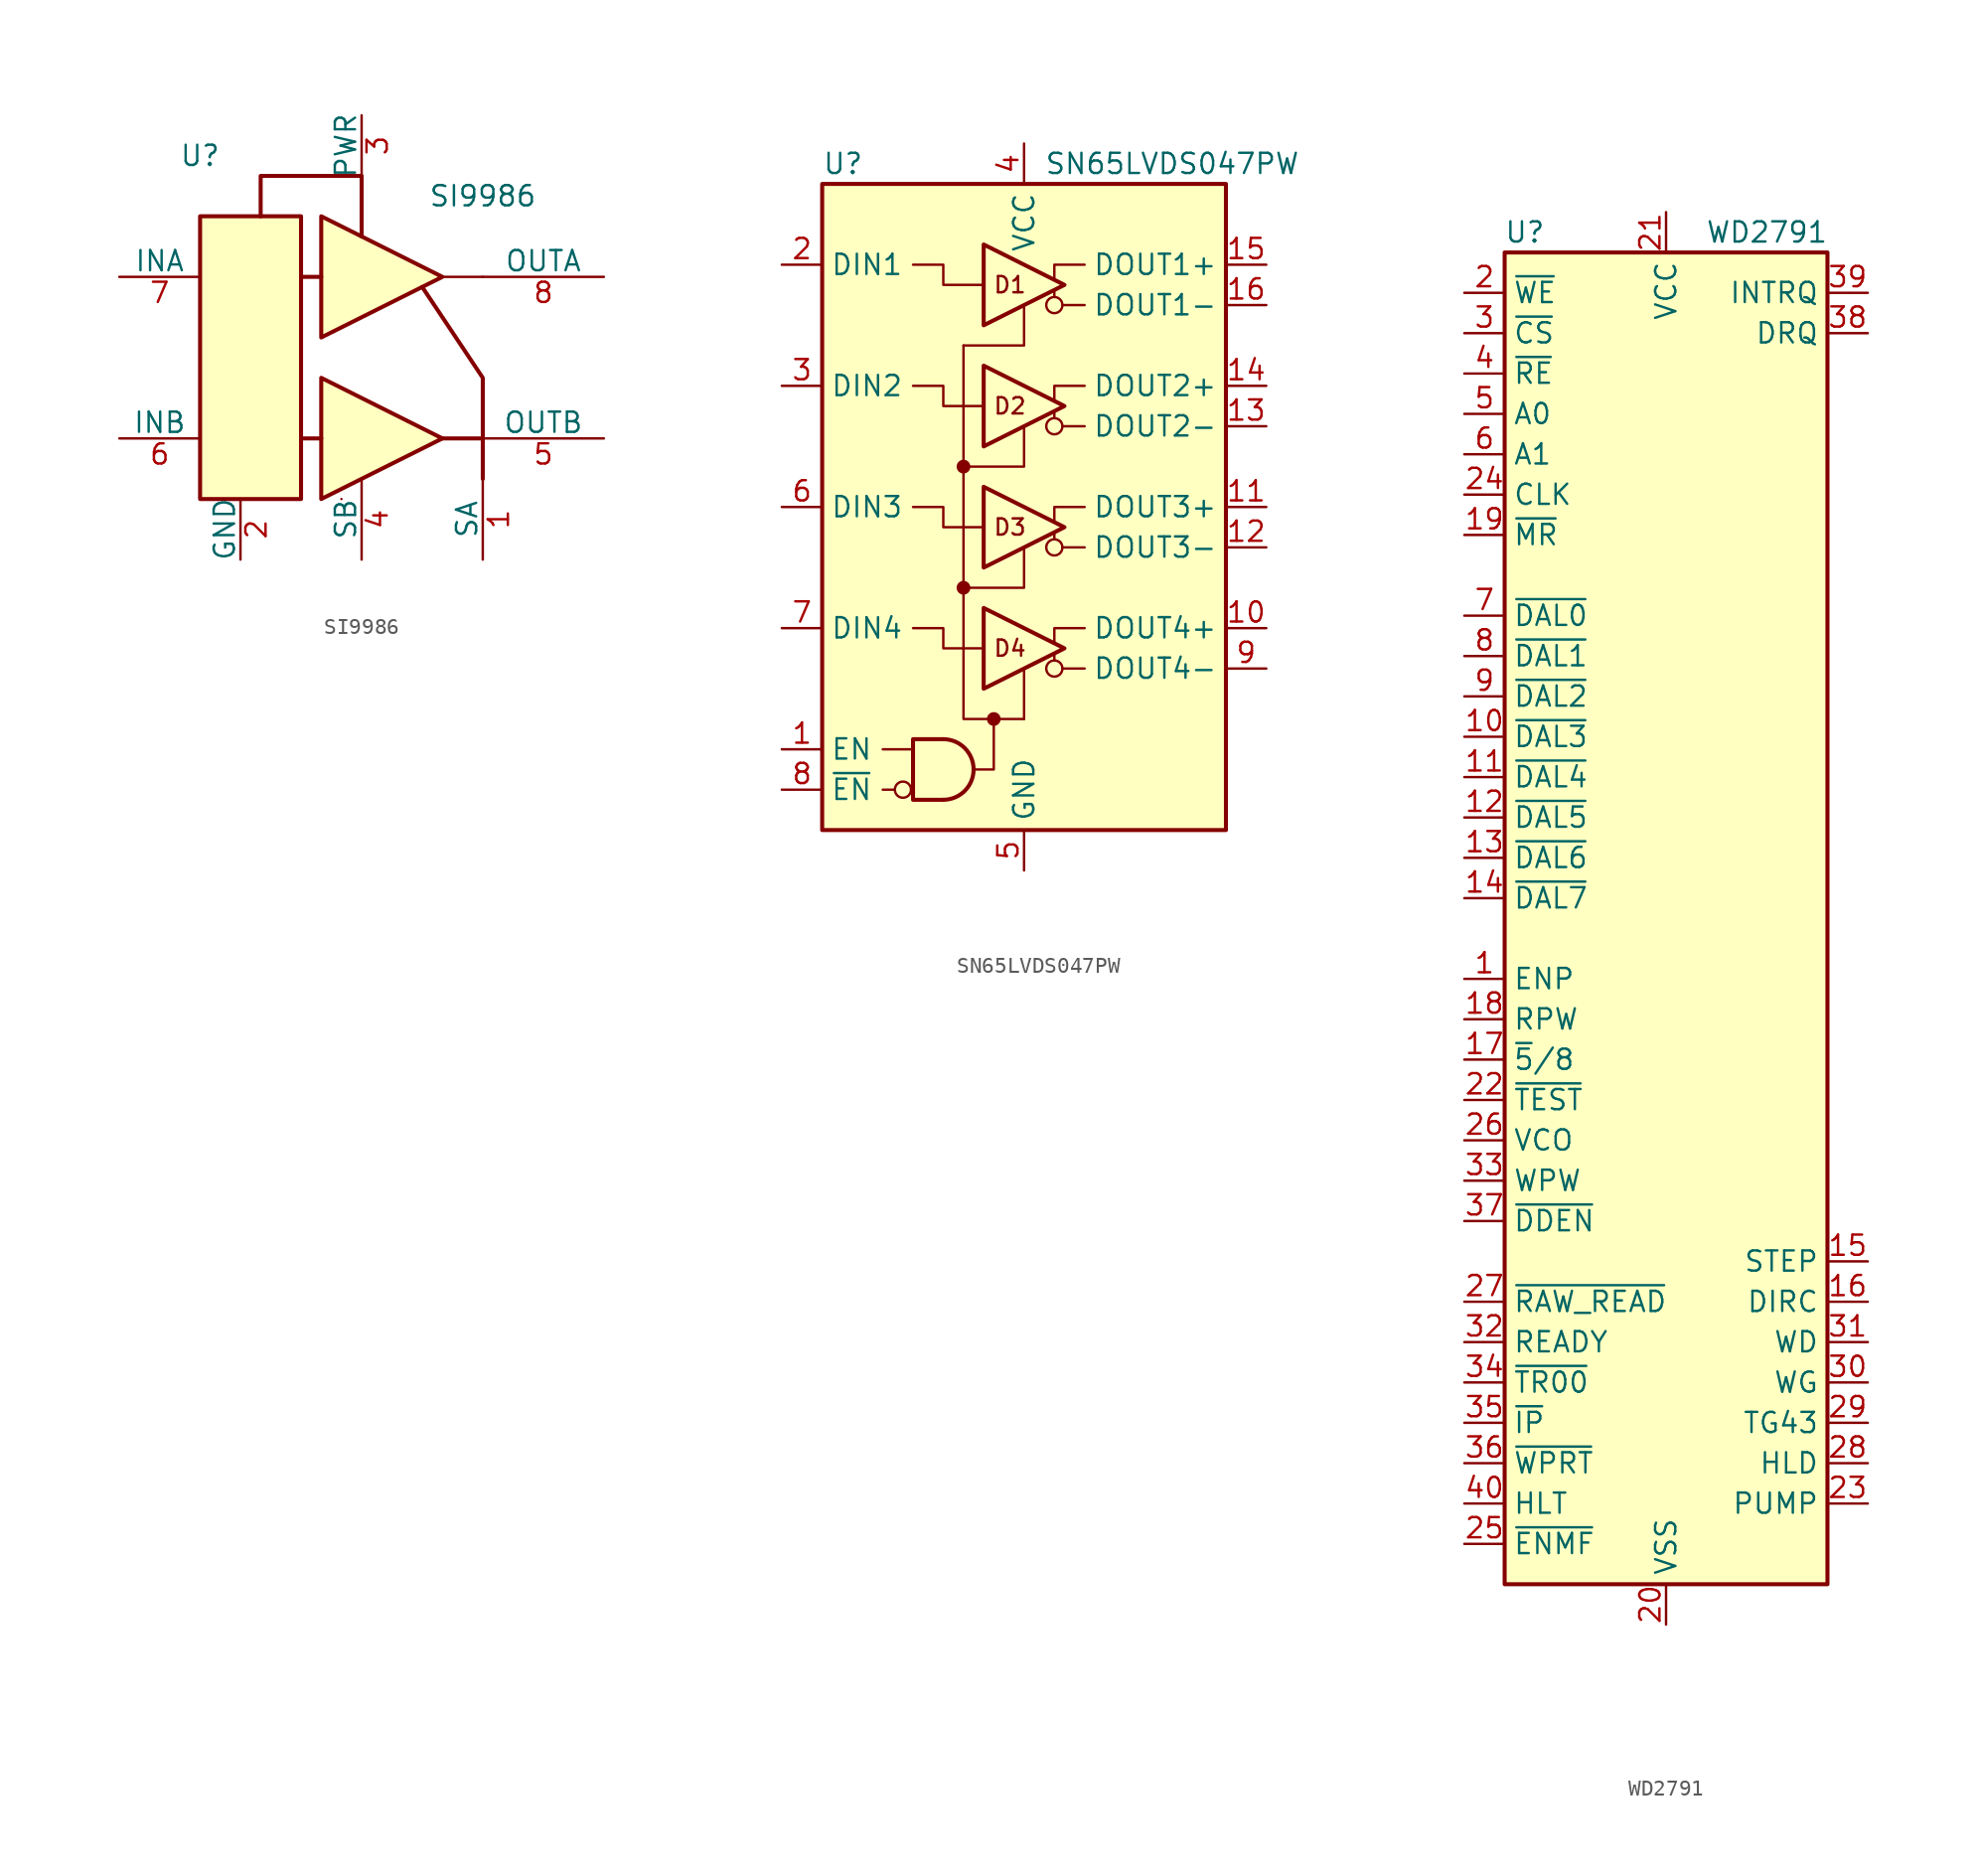
<source format=kicad_sym>
(kicad_symbol_lib
  (version 20201005)
  (generator kicad_symbol_editor)
  (symbol "SI9986"
    (pin_names
      (offset 0))
    (property "Reference" "U"
      (at -7.62 12.7 0)
      (effects (font (size 1.27 1.27))))
    (property "Value" "SI9986"
      (at 10.16 10.16 0)
      (effects (font (size 1.27 1.27))))
    (symbol "SI9986_0_1"
      (rectangle (start -7.62 8.89) (end -1.27 -8.89) (stroke (width 0.254)) (fill (type background)))
      (polyline (pts (xy 10.16 -5.08) (xy 7.62 -5.08)) (stroke (width 0.254)) (fill (type none)))
      (polyline (pts (xy 10.16 5.08) (xy 7.62 5.08)) (stroke (width 0)) (fill (type none)))
      (polyline (pts (xy 0 -5.08) (xy -1.27 -5.08) (xy -1.27 -5.08)) (stroke (width 0.254)) (fill (type none)))
      (polyline (pts (xy 10.16 -7.62) (xy 10.16 -1.27) (xy 6.35 4.445)) (stroke (width 0.254)) (fill (type none)))
      (polyline (pts (xy 1.27 -8.89) (xy 1.27 -8.89) (xy 1.27 -8.89) (xy 1.27 -8.89)) (stroke (width 0)) (fill (type none)))
      (polyline (pts (xy 0 5.08) (xy -1.27 5.08) (xy -1.27 5.08) (xy -1.27 5.08) (xy -1.27 5.08)) (stroke (width 0.254)) (fill (type none)))
      (polyline (pts (xy -3.81 8.89) (xy -3.81 11.43) (xy 2.54 11.43) (xy 2.54 7.62) (xy 2.54 7.62) (xy 2.54 7.62)) (stroke (width 0.254)) (fill (type none)))
      (polyline (pts (xy 0 -1.27) (xy 0 -8.89) (xy 7.62 -5.08) (xy 0 -1.27)) (stroke (width 0.254)) (fill (type background)))
      (polyline (pts (xy 0 8.89) (xy 0 1.27) (xy 7.62 5.08) (xy 0 8.89)) (stroke (width 0.254)) (fill (type background))))
    (symbol "SI9986_1_1"
      (pin power_in line (at 10.16 -12.7 90) (length 5.08) (name "SA" (effects (font (size 1.27 1.27)))) (number "1" (effects (font (size 1.27 1.27)))))
      (pin power_in line (at -5.08 -12.7 90) (length 3.81) (name "GND" (effects (font (size 1.27 1.27)))) (number "2" (effects (font (size 1.27 1.27)))))
      (pin power_in line (at 2.54 15.24 270) (length 3.81) (name "PWR" (effects (font (size 1.27 1.27)))) (number "3" (effects (font (size 1.27 1.27)))))
      (pin power_in line (at 2.54 -12.7 90) (length 5.08) (name "SB" (effects (font (size 1.27 1.27)))) (number "4" (effects (font (size 1.27 1.27)))))
      (pin input line (at 17.78 -5.08 180) (length 7.62) (name "OUTB" (effects (font (size 1.27 1.27)))) (number "5" (effects (font (size 1.27 1.27)))))
      (pin input line (at -12.7 -5.08 0) (length 5.08) (name "INB" (effects (font (size 1.27 1.27)))) (number "6" (effects (font (size 1.27 1.27)))))
      (pin input line (at -12.7 5.08 0) (length 5.08) (name "INA" (effects (font (size 1.27 1.27)))) (number "7" (effects (font (size 1.27 1.27)))))
      (pin input line (at 17.78 5.08 180) (length 7.62) (name "OUTA" (effects (font (size 1.27 1.27)))) (number "8" (effects (font (size 1.27 1.27)))))))
  (symbol "SN65LVDS047PW"
    (property "Reference" "U"
      (at -12.7 21.59 0)
      (effects (font (size 1.27 1.27)) (justify left)))
    (property "Value" "SN65LVDS047PW"
      (at 1.27 21.59 0)
      (effects (font (size 1.27 1.27)) (justify left)))
    (symbol "SN65LVDS047PW_0_1"
      (polyline (pts (xy 1.905 -9.652) (xy 1.905 -9.271)) (stroke (width 0)) (fill (type none)))
      (polyline (pts (xy 1.905 -2.032) (xy 1.905 -1.651)) (stroke (width 0)) (fill (type none)))
      (polyline (pts (xy 1.905 5.588) (xy 1.905 5.969)) (stroke (width 0)) (fill (type none)))
      (polyline (pts (xy 1.905 13.208) (xy 1.905 13.589)) (stroke (width 0)) (fill (type none)))
      (polyline (pts (xy 0 12.7) (xy 0 10.16) (xy -3.81 10.16)) (stroke (width 0)) (fill (type none)))
      (polyline (pts (xy 3.81 0) (xy 1.905 0) (xy 1.905 -0.889)) (stroke (width 0)) (fill (type none)))
      (polyline (pts (xy -1.905 -13.335) (xy -1.905 -16.51) (xy -2.54 -16.51) (xy -3.175 -16.51)) (stroke (width 0)) (fill (type none)))
      (polyline (pts (xy 0 -13.335) (xy -2.54 -13.335) (xy -3.81 -13.335) (xy -3.81 10.16)) (stroke (width 0)) (fill (type none))))
    (symbol "SN65LVDS047PW_1_0"
      (circle (center -7.62 -17.78) (radius 0.508) (stroke (width 0)) (fill (type none)))
      (circle (center 1.905 -10.16) (radius 0.508) (stroke (width 0)) (fill (type none)))
      (circle (center 1.905 -2.54) (radius 0.508) (stroke (width 0)) (fill (type none)))
      (circle (center 1.905 5.08) (radius 0.508) (stroke (width 0)) (fill (type none)))
      (circle (center 1.905 12.7) (radius 0.508) (stroke (width 0)) (fill (type none)))
      (circle (center -3.81 -5.08) (radius 0.356) (stroke (width 0)) (fill (type outline)))
      (circle (center -3.81 2.54) (radius 0.356) (stroke (width 0)) (fill (type outline)))
      (circle (center -1.905 -13.335) (radius 0.356) (stroke (width 0)) (fill (type outline)))
      (text "D1" (at -0.889 13.97 0) (effects (font (size 1.016 1.016))))
      (text "D2" (at -0.889 6.35 0) (effects (font (size 1.016 1.016))))
      (text "D3" (at -0.889 -1.27 0) (effects (font (size 1.016 1.016))))
      (text "D4" (at -0.889 -8.89 0) (effects (font (size 1.016 1.016))))
      (rectangle (start -12.7 20.32) (end 12.7 -20.32) (stroke (width 0.254)) (fill (type background)))
      (polyline (pts (xy 0 -13.335) (xy 0 -10.16)) (stroke (width 0)) (fill (type none)))
      (polyline (pts (xy 3.81 -10.16) (xy 2.413 -10.16)) (stroke (width 0)) (fill (type none)))
      (polyline (pts (xy 3.81 -2.54) (xy 2.413 -2.54)) (stroke (width 0)) (fill (type none)))
      (polyline (pts (xy 3.81 5.08) (xy 2.413 5.08)) (stroke (width 0)) (fill (type none)))
      (polyline (pts (xy 3.81 12.7) (xy 2.413 12.7)) (stroke (width 0)) (fill (type none)))
      (polyline (pts (xy -3.81 -5.08) (xy 0 -5.08) (xy 0 -2.54)) (stroke (width 0)) (fill (type none)))
      (polyline (pts (xy -3.81 2.54) (xy 0 2.54) (xy 0 5.08)) (stroke (width 0)) (fill (type none)))
      (polyline (pts (xy 1.905 -8.509) (xy 1.905 -7.62) (xy 3.81 -7.62)) (stroke (width 0)) (fill (type none)))
      (polyline (pts (xy 1.905 6.731) (xy 1.905 7.62) (xy 3.81 7.62)) (stroke (width 0)) (fill (type none)))
      (polyline (pts (xy 1.905 14.351) (xy 1.905 15.24) (xy 3.81 15.24)) (stroke (width 0)) (fill (type none)))
      (polyline (pts (xy -2.54 -8.89) (xy -5.08 -8.89) (xy -5.08 -7.62) (xy -6.985 -7.62)) (stroke (width 0)) (fill (type none)))
      (polyline (pts (xy -2.54 -1.27) (xy -5.08 -1.27) (xy -5.08 0) (xy -6.985 0)) (stroke (width 0)) (fill (type none)))
      (polyline (pts (xy -2.54 6.35) (xy -5.08 6.35) (xy -5.08 7.62) (xy -6.985 7.62)) (stroke (width 0)) (fill (type none)))
      (polyline (pts (xy -2.54 13.97) (xy -5.08 13.97) (xy -5.08 15.24) (xy -6.985 15.24)) (stroke (width 0)) (fill (type none))))
    (symbol "SN65LVDS047PW_1_1"
      (arc (start -5.08 -18.415) (end -5.08 -14.605) (radius (at -5.08 -16.51) (length 1.905) (angles -89.9 89.9)) (stroke (width 0.254)) (fill (type none)))
      (polyline (pts (xy -8.89 -17.78) (xy -8.128 -17.78)) (stroke (width 0)) (fill (type none)))
      (polyline (pts (xy -8.89 -15.24) (xy -6.985 -15.24)) (stroke (width 0)) (fill (type none)))
      (polyline (pts (xy -5.08 -14.605) (xy -6.985 -14.605) (xy -6.985 -18.415) (xy -5.08 -18.415)) (stroke (width 0.254)) (fill (type none)))
      (polyline (pts (xy -2.54 -6.35) (xy -2.54 -11.43) (xy 2.54 -8.89) (xy -2.54 -6.35)) (stroke (width 0.254)) (fill (type none)))
      (polyline (pts (xy -2.54 1.27) (xy -2.54 -3.81) (xy 2.54 -1.27) (xy -2.54 1.27)) (stroke (width 0.254)) (fill (type none)))
      (polyline (pts (xy -2.54 8.89) (xy -2.54 3.81) (xy 2.54 6.35) (xy -2.54 8.89)) (stroke (width 0.254)) (fill (type none)))
      (polyline (pts (xy -2.54 16.51) (xy -2.54 11.43) (xy 2.54 13.97) (xy -2.54 16.51)) (stroke (width 0.254)) (fill (type none)))
      (pin input line (at -15.24 -15.24 0) (length 2.54) (name "EN" (effects (font (size 1.27 1.27)))) (number "1" (effects (font (size 1.27 1.27)))))
      (pin output line (at 15.24 -7.62 180) (length 2.54) (name "DOUT4+" (effects (font (size 1.27 1.27)))) (number "10" (effects (font (size 1.27 1.27)))))
      (pin output line (at 15.24 0 180) (length 2.54) (name "DOUT3+" (effects (font (size 1.27 1.27)))) (number "11" (effects (font (size 1.27 1.27)))))
      (pin output line (at 15.24 -2.54 180) (length 2.54) (name "DOUT3-" (effects (font (size 1.27 1.27)))) (number "12" (effects (font (size 1.27 1.27)))))
      (pin output line (at 15.24 5.08 180) (length 2.54) (name "DOUT2-" (effects (font (size 1.27 1.27)))) (number "13" (effects (font (size 1.27 1.27)))))
      (pin output line (at 15.24 7.62 180) (length 2.54) (name "DOUT2+" (effects (font (size 1.27 1.27)))) (number "14" (effects (font (size 1.27 1.27)))))
      (pin output line (at 15.24 15.24 180) (length 2.54) (name "DOUT1+" (effects (font (size 1.27 1.27)))) (number "15" (effects (font (size 1.27 1.27)))))
      (pin output line (at 15.24 12.7 180) (length 2.54) (name "DOUT1-" (effects (font (size 1.27 1.27)))) (number "16" (effects (font (size 1.27 1.27)))))
      (pin input line (at -15.24 15.24 0) (length 2.54) (name "DIN1" (effects (font (size 1.27 1.27)))) (number "2" (effects (font (size 1.27 1.27)))))
      (pin input line (at -15.24 7.62 0) (length 2.54) (name "DIN2" (effects (font (size 1.27 1.27)))) (number "3" (effects (font (size 1.27 1.27)))))
      (pin power_in line (at 0 22.86 270) (length 2.54) (name "VCC" (effects (font (size 1.27 1.27)))) (number "4" (effects (font (size 1.27 1.27)))))
      (pin power_in line (at 0 -22.86 90) (length 2.54) (name "GND" (effects (font (size 1.27 1.27)))) (number "5" (effects (font (size 1.27 1.27)))))
      (pin input line (at -15.24 0 0) (length 2.54) (name "DIN3" (effects (font (size 1.27 1.27)))) (number "6" (effects (font (size 1.27 1.27)))))
      (pin input line (at -15.24 -7.62 0) (length 2.54) (name "DIN4" (effects (font (size 1.27 1.27)))) (number "7" (effects (font (size 1.27 1.27)))))
      (pin input line (at -15.24 -17.78 0) (length 2.54) (name "~EN" (effects (font (size 1.27 1.27)))) (number "8" (effects (font (size 1.27 1.27)))))
      (pin output line (at 15.24 -10.16 180) (length 2.54) (name "DOUT4-" (effects (font (size 1.27 1.27)))) (number "9" (effects (font (size 1.27 1.27)))))))
  (symbol "WD2791"
    (property "Reference" "U"
      (at -8.89 44.45 0)
      (effects (font (size 1.27 1.27))))
    (property "Value" "WD2791"
      (at 6.35 44.45 0)
      (effects (font (size 1.27 1.27))))
    (symbol "WD2791_0_1"
      (rectangle (start -10.16 43.18) (end 10.16 -40.64) (stroke (width 0.254)) (fill (type background))))
    (symbol "WD2791_1_1"
      (pin input line (at -12.7 -2.54 0) (length 2.54) (name "ENP" (effects (font (size 1.27 1.27)))) (number "1" (effects (font (size 1.27 1.27)))))
      (pin tri_state line (at -12.7 12.7 0) (length 2.54) (name "~DAL3" (effects (font (size 1.27 1.27)))) (number "10" (effects (font (size 1.27 1.27)))))
      (pin tri_state line (at -12.7 10.16 0) (length 2.54) (name "~DAL4" (effects (font (size 1.27 1.27)))) (number "11" (effects (font (size 1.27 1.27)))))
      (pin tri_state line (at -12.7 7.62 0) (length 2.54) (name "~DAL5" (effects (font (size 1.27 1.27)))) (number "12" (effects (font (size 1.27 1.27)))))
      (pin tri_state line (at -12.7 5.08 0) (length 2.54) (name "~DAL6" (effects (font (size 1.27 1.27)))) (number "13" (effects (font (size 1.27 1.27)))))
      (pin tri_state line (at -12.7 2.54 0) (length 2.54) (name "~DAL7" (effects (font (size 1.27 1.27)))) (number "14" (effects (font (size 1.27 1.27)))))
      (pin output line (at 12.7 -20.32 180) (length 2.54) (name "STEP" (effects (font (size 1.27 1.27)))) (number "15" (effects (font (size 1.27 1.27)))))
      (pin output line (at 12.7 -22.86 180) (length 2.54) (name "DIRC" (effects (font (size 1.27 1.27)))) (number "16" (effects (font (size 1.27 1.27)))))
      (pin input line (at -12.7 -7.62 0) (length 2.54) (name "~5~/8" (effects (font (size 1.27 1.27)))) (number "17" (effects (font (size 1.27 1.27)))))
      (pin input line (at -12.7 -5.08 0) (length 2.54) (name "RPW" (effects (font (size 1.27 1.27)))) (number "18" (effects (font (size 1.27 1.27)))))
      (pin input line (at -12.7 25.4 0) (length 2.54) (name "~MR" (effects (font (size 1.27 1.27)))) (number "19" (effects (font (size 1.27 1.27)))))
      (pin input line (at -12.7 40.64 0) (length 2.54) (name "~WE" (effects (font (size 1.27 1.27)))) (number "2" (effects (font (size 1.27 1.27)))))
      (pin power_in line (at 0 -43.18 90) (length 2.54) (name "VSS" (effects (font (size 1.27 1.27)))) (number "20" (effects (font (size 1.27 1.27)))))
      (pin power_in line (at 0 45.72 270) (length 2.54) (name "VCC" (effects (font (size 1.27 1.27)))) (number "21" (effects (font (size 1.27 1.27)))))
      (pin input line (at -12.7 -10.16 0) (length 2.54) (name "~TEST" (effects (font (size 1.27 1.27)))) (number "22" (effects (font (size 1.27 1.27)))))
      (pin output line (at 12.7 -35.56 180) (length 2.54) (name "PUMP" (effects (font (size 1.27 1.27)))) (number "23" (effects (font (size 1.27 1.27)))))
      (pin input line (at -12.7 27.94 0) (length 2.54) (name "CLK" (effects (font (size 1.27 1.27)))) (number "24" (effects (font (size 1.27 1.27)))))
      (pin input line (at -12.7 -38.1 0) (length 2.54) (name "~ENMF" (effects (font (size 1.27 1.27)))) (number "25" (effects (font (size 1.27 1.27)))))
      (pin input line (at -12.7 -12.7 0) (length 2.54) (name "VCO" (effects (font (size 1.27 1.27)))) (number "26" (effects (font (size 1.27 1.27)))))
      (pin input line (at -12.7 -22.86 0) (length 2.54) (name "~RAW_READ" (effects (font (size 1.27 1.27)))) (number "27" (effects (font (size 1.27 1.27)))))
      (pin output line (at 12.7 -33.02 180) (length 2.54) (name "HLD" (effects (font (size 1.27 1.27)))) (number "28" (effects (font (size 1.27 1.27)))))
      (pin output line (at 12.7 -30.48 180) (length 2.54) (name "TG43" (effects (font (size 1.27 1.27)))) (number "29" (effects (font (size 1.27 1.27)))))
      (pin input line (at -12.7 38.1 0) (length 2.54) (name "~CS" (effects (font (size 1.27 1.27)))) (number "3" (effects (font (size 1.27 1.27)))))
      (pin output line (at 12.7 -27.94 180) (length 2.54) (name "WG" (effects (font (size 1.27 1.27)))) (number "30" (effects (font (size 1.27 1.27)))))
      (pin output line (at 12.7 -25.4 180) (length 2.54) (name "WD" (effects (font (size 1.27 1.27)))) (number "31" (effects (font (size 1.27 1.27)))))
      (pin input line (at -12.7 -25.4 0) (length 2.54) (name "READY" (effects (font (size 1.27 1.27)))) (number "32" (effects (font (size 1.27 1.27)))))
      (pin input line (at -12.7 -15.24 0) (length 2.54) (name "WPW" (effects (font (size 1.27 1.27)))) (number "33" (effects (font (size 1.27 1.27)))))
      (pin input line (at -12.7 -27.94 0) (length 2.54) (name "~TR00" (effects (font (size 1.27 1.27)))) (number "34" (effects (font (size 1.27 1.27)))))
      (pin input line (at -12.7 -30.48 0) (length 2.54) (name "~IP" (effects (font (size 1.27 1.27)))) (number "35" (effects (font (size 1.27 1.27)))))
      (pin input line (at -12.7 -33.02 0) (length 2.54) (name "~WPRT" (effects (font (size 1.27 1.27)))) (number "36" (effects (font (size 1.27 1.27)))))
      (pin input line (at -12.7 -17.78 0) (length 2.54) (name "~DDEN" (effects (font (size 1.27 1.27)))) (number "37" (effects (font (size 1.27 1.27)))))
      (pin output line (at 12.7 38.1 180) (length 2.54) (name "DRQ" (effects (font (size 1.27 1.27)))) (number "38" (effects (font (size 1.27 1.27)))))
      (pin output line (at 12.7 40.64 180) (length 2.54) (name "INTRQ" (effects (font (size 1.27 1.27)))) (number "39" (effects (font (size 1.27 1.27)))))
      (pin input line (at -12.7 35.56 0) (length 2.54) (name "~RE" (effects (font (size 1.27 1.27)))) (number "4" (effects (font (size 1.27 1.27)))))
      (pin input line (at -12.7 -35.56 0) (length 2.54) (name "HLT" (effects (font (size 1.27 1.27)))) (number "40" (effects (font (size 1.27 1.27)))))
      (pin input line (at -12.7 33.02 0) (length 2.54) (name "A0" (effects (font (size 1.27 1.27)))) (number "5" (effects (font (size 1.27 1.27)))))
      (pin input line (at -12.7 30.48 0) (length 2.54) (name "A1" (effects (font (size 1.27 1.27)))) (number "6" (effects (font (size 1.27 1.27)))))
      (pin tri_state line (at -12.7 20.32 0) (length 2.54) (name "~DAL0" (effects (font (size 1.27 1.27)))) (number "7" (effects (font (size 1.27 1.27)))))
      (pin tri_state line (at -12.7 17.78 0) (length 2.54) (name "~DAL1" (effects (font (size 1.27 1.27)))) (number "8" (effects (font (size 1.27 1.27)))))
      (pin tri_state line (at -12.7 15.24 0) (length 2.54) (name "~DAL2" (effects (font (size 1.27 1.27)))) (number "9" (effects (font (size 1.27 1.27))))))))
</source>
